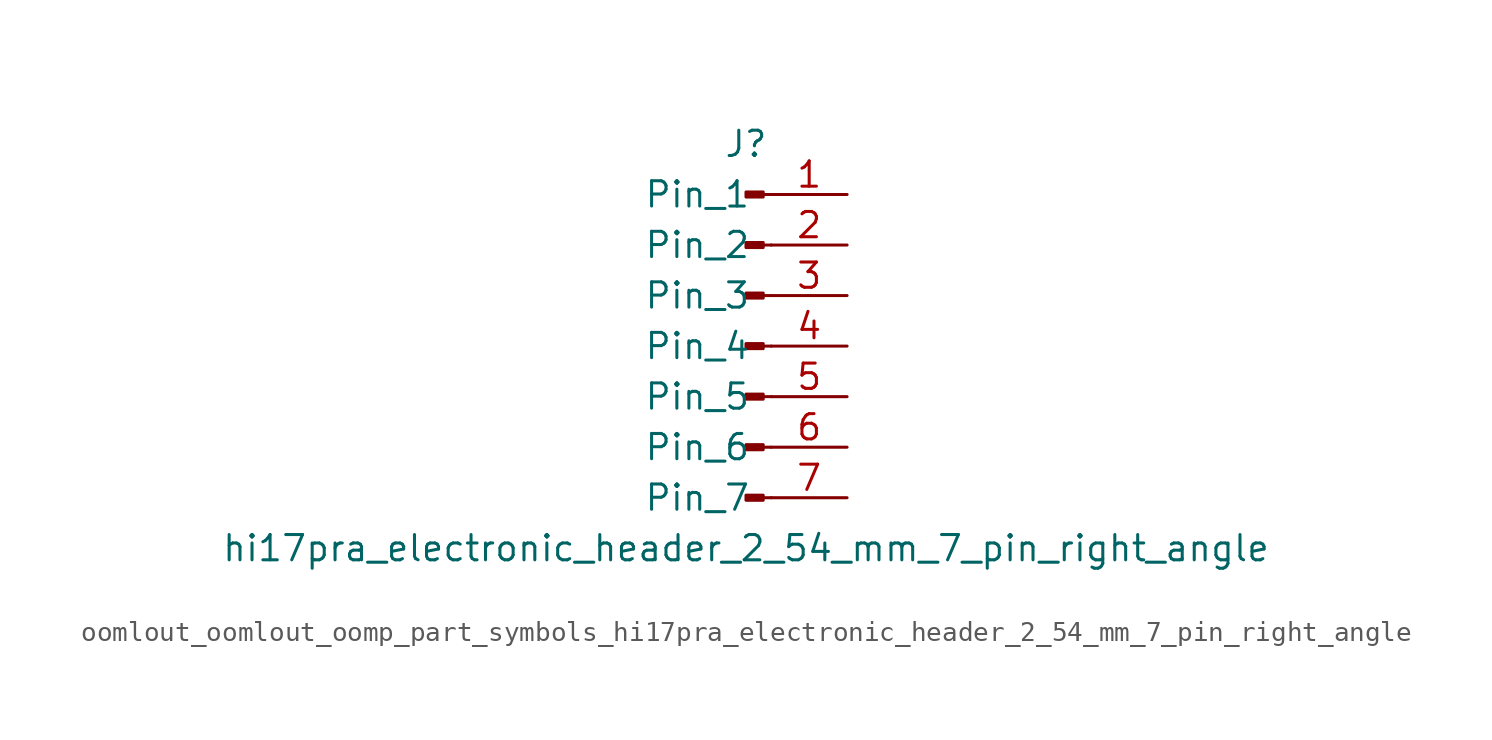
<source format=kicad_sym>
(kicad_symbol_lib
  (version 20220914)
  (generator kicad_symbol_editor)
  (symbol "oomlout_oomlout_oomp_part_symbols_hi17pra_electronic_header_2_54_mm_7_pin_right_angle"
    (pin_names
      (offset 1.016))
    (property "Reference" "J"
      (at 0 10.16 0)
      (effects (font (size 1.27 1.27))))
    (property "Value" "hi17pra_electronic_header_2_54_mm_7_pin_right_angle"
      (at 0 -10.16 0)
      (effects (font (size 1.27 1.27))))
    (property "ki_locked" ""
      (at 0 0 0)
      (effects (font (size 1.27 1.27))))
    (symbol "oomlout_oomlout_oomp_part_symbols_hi17pra_electronic_header_2_54_mm_7_pin_right_angle_1_1"
      (polyline (pts (xy 1.27 -7.62) (xy 0.864 -7.62)) (stroke (width 0.152) (type default)) (fill (type none)))
      (polyline (pts (xy 1.27 -5.08) (xy 0.864 -5.08)) (stroke (width 0.152) (type default)) (fill (type none)))
      (polyline (pts (xy 1.27 -2.54) (xy 0.864 -2.54)) (stroke (width 0.152) (type default)) (fill (type none)))
      (polyline (pts (xy 1.27 0) (xy 0.864 0)) (stroke (width 0.152) (type default)) (fill (type none)))
      (polyline (pts (xy 1.27 2.54) (xy 0.864 2.54)) (stroke (width 0.152) (type default)) (fill (type none)))
      (polyline (pts (xy 1.27 5.08) (xy 0.864 5.08)) (stroke (width 0.152) (type default)) (fill (type none)))
      (polyline (pts (xy 1.27 7.62) (xy 0.864 7.62)) (stroke (width 0.152) (type default)) (fill (type none)))
      (rectangle (start 0.864 -7.493) (end 0 -7.747) (stroke (width 0.152) (type default)) (fill (type outline)))
      (rectangle (start 0.864 -4.953) (end 0 -5.207) (stroke (width 0.152) (type default)) (fill (type outline)))
      (rectangle (start 0.864 -2.413) (end 0 -2.667) (stroke (width 0.152) (type default)) (fill (type outline)))
      (rectangle (start 0.864 0.127) (end 0 -0.127) (stroke (width 0.152) (type default)) (fill (type outline)))
      (rectangle (start 0.864 2.667) (end 0 2.413) (stroke (width 0.152) (type default)) (fill (type outline)))
      (rectangle (start 0.864 5.207) (end 0 4.953) (stroke (width 0.152) (type default)) (fill (type outline)))
      (rectangle (start 0.864 7.747) (end 0 7.493) (stroke (width 0.152) (type default)) (fill (type outline)))
      (pin passive line (at 5.08 7.62 180) (length 3.81) (name "Pin_1" (effects (font (size 1.27 1.27)))) (number "1" (effects (font (size 1.27 1.27)))))
      (pin passive line (at 5.08 5.08 180) (length 3.81) (name "Pin_2" (effects (font (size 1.27 1.27)))) (number "2" (effects (font (size 1.27 1.27)))))
      (pin passive line (at 5.08 2.54 180) (length 3.81) (name "Pin_3" (effects (font (size 1.27 1.27)))) (number "3" (effects (font (size 1.27 1.27)))))
      (pin passive line (at 5.08 0 180) (length 3.81) (name "Pin_4" (effects (font (size 1.27 1.27)))) (number "4" (effects (font (size 1.27 1.27)))))
      (pin passive line (at 5.08 -2.54 180) (length 3.81) (name "Pin_5" (effects (font (size 1.27 1.27)))) (number "5" (effects (font (size 1.27 1.27)))))
      (pin passive line (at 5.08 -5.08 180) (length 3.81) (name "Pin_6" (effects (font (size 1.27 1.27)))) (number "6" (effects (font (size 1.27 1.27)))))
      (pin passive line (at 5.08 -7.62 180) (length 3.81) (name "Pin_7" (effects (font (size 1.27 1.27)))) (number "7" (effects (font (size 1.27 1.27))))))))
</source>
